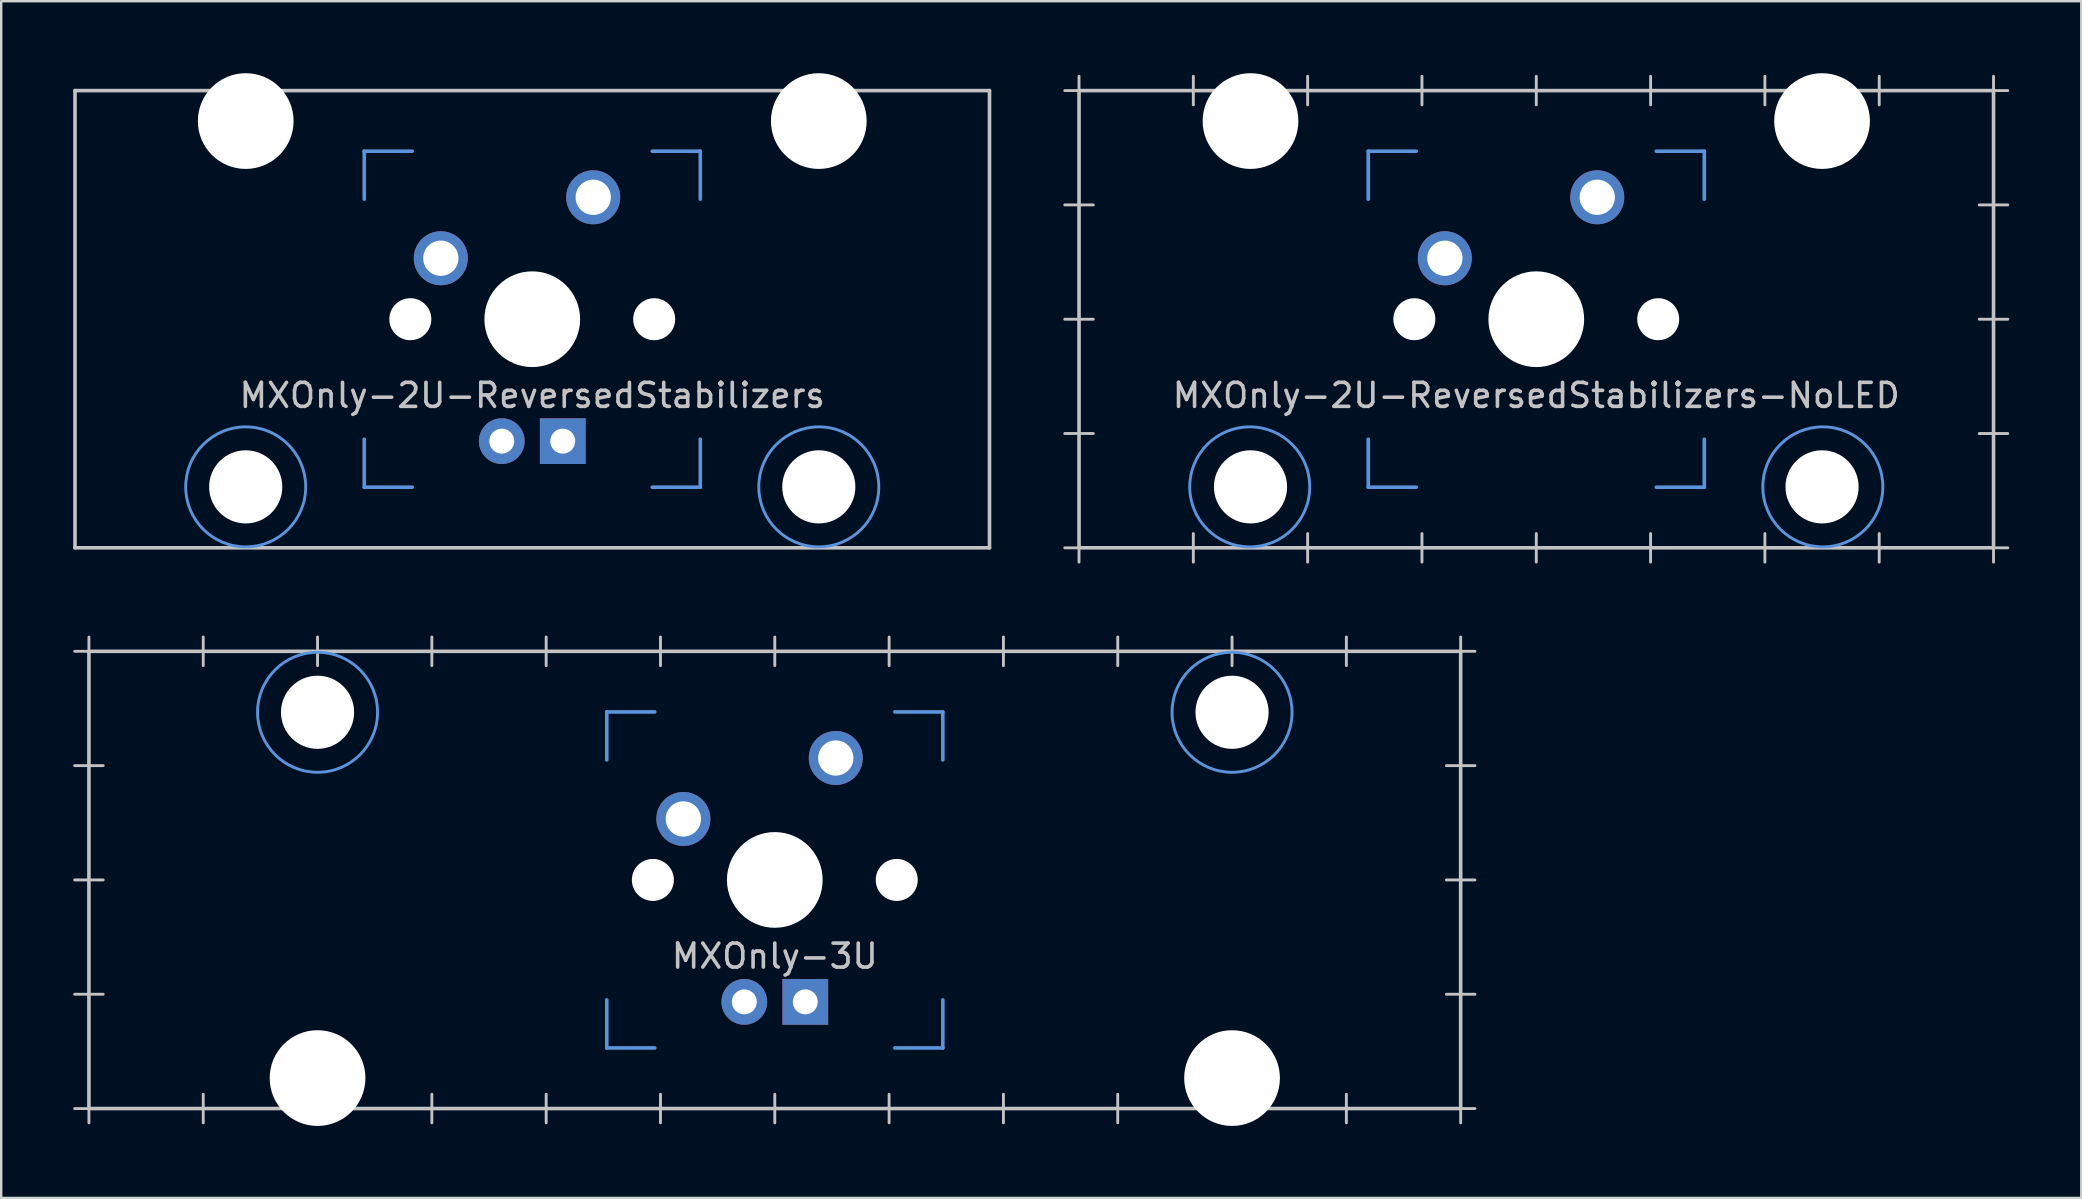
<source format=kicad_pcb>
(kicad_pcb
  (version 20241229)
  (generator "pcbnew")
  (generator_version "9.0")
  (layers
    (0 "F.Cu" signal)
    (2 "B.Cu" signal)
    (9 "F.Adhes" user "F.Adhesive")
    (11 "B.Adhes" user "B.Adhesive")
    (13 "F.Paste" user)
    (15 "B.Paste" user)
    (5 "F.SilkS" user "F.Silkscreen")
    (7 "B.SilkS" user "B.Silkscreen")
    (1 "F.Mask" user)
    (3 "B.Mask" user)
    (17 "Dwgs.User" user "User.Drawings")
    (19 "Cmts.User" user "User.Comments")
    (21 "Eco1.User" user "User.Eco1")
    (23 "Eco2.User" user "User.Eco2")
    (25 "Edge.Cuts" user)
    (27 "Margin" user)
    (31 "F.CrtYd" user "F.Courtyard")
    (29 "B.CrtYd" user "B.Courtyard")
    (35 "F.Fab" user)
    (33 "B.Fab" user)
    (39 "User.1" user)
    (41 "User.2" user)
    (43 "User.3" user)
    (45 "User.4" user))
  (footprint "MXOnly-2U-ReversedStabilizers"
    (layer "F.Cu")
    (at 19.125 10.249)
    (property "Reference" "MXOnly-2U-ReversedStabilizers" (at 0 3.175 0) (layer "Dwgs.User") (effects (font (size 1 1) (thickness 0.15))))
    (attr through_hole)
    (fp_line (start -19.05 -9.525) (end 19.05 -9.525) (stroke (width 0.15) (type solid)) (layer "Dwgs.User"))
    (fp_line (start -19.05 9.525) (end -19.05 -9.525) (stroke (width 0.15) (type solid)) (layer "Dwgs.User"))
    (fp_line (start -19.05 9.525) (end 19.05 9.525) (stroke (width 0.15) (type solid)) (layer "Dwgs.User"))
    (fp_line (start 19.05 -9.525) (end 19.05 9.525) (stroke (width 0.15) (type solid)) (layer "Dwgs.User"))
    (fp_line (start -7 -7) (end -7 -5) (stroke (width 0.15) (type solid)) (layer "Cmts.User"))
    (fp_line (start -7 7) (end -7 5) (stroke (width 0.15) (type solid)) (layer "Cmts.User"))
    (fp_line (start -5 -7) (end -7 -7) (stroke (width 0.15) (type solid)) (layer "Cmts.User"))
    (fp_line (start -5 7) (end -7 7) (stroke (width 0.15) (type solid)) (layer "Cmts.User"))
    (fp_line (start 5 -7) (end 7 -7) (stroke (width 0.15) (type solid)) (layer "Cmts.User"))
    (fp_line (start 7 -7) (end 7 -5) (stroke (width 0.15) (type solid)) (layer "Cmts.User"))
    (fp_line (start 7 5) (end 7 7) (stroke (width 0.15) (type solid)) (layer "Cmts.User"))
    (fp_line (start 7 7) (end 5 7) (stroke (width 0.15) (type solid)) (layer "Cmts.User"))
    (fp_circle (center -11.938 6.985) (end -14.438 6.985) (stroke (width 0.12) (type solid)) (fill no) (layer "Cmts.User"))
    (fp_circle (center 11.938 6.985) (end 9.438 6.985) (stroke (width 0.12) (type solid)) (fill no) (layer "Cmts.User"))
    (pad "" np_thru_hole circle (at -11.938 -8.255) (size 3.988 3.988) (drill 3.988) (layers "*.Cu" "*.Mask"))
    (pad "" np_thru_hole circle (at -11.938 6.985) (size 3.048 3.048) (drill 3.048) (layers "*.Cu" "*.Mask"))
    (pad "" np_thru_hole circle (at -5.08 0 48.1) (size 1.75 1.75) (drill 1.75) (layers "*.Cu" "*.Mask"))
    (pad "" np_thru_hole circle (at 0 0) (size 3.988 3.988) (drill 3.988) (layers "*.Cu" "*.Mask"))
    (pad "" np_thru_hole circle (at 5.08 0 48.1) (size 1.75 1.75) (drill 1.75) (layers "*.Cu" "*.Mask"))
    (pad "" np_thru_hole circle (at 11.938 -8.255) (size 3.988 3.988) (drill 3.988) (layers "*.Cu" "*.Mask"))
    (pad "" np_thru_hole circle (at 11.938 6.985) (size 3.048 3.048) (drill 3.048) (layers "*.Cu" "*.Mask"))
    (pad "1" thru_hole circle (at -3.81 -2.54) (size 2.25 2.25) (drill 1.47) (layers "*.Cu" "B.Mask"))
    (pad "2" thru_hole circle (at 2.54 -5.08) (size 2.25 2.25) (drill 1.47) (layers "*.Cu" "B.Mask"))
    (pad "3" thru_hole circle (at -1.27 5.08) (size 1.905 1.905) (drill 1.04) (layers "*.Cu" "B.Mask"))
    (pad "4" thru_hole rect (at 1.27 5.08) (size 1.905 1.905) (drill 1.04) (layers "*.Cu" "B.Mask")))
  (footprint "MXOnly-3U"
    (layer "F.Cu")
    (at 29.23 33.61)
    (property "Reference" "MXOnly-3U" (at 0 3.175 0) (layer "Dwgs.User") (effects (font (size 1 1) (thickness 0.15))))
    (attr through_hole)
    (fp_line (start -29.17 -9.525) (end -28.575 -9.525) (stroke (width 0.12) (type solid)) (layer "Dwgs.User"))
    (fp_line (start -29.17 -0.000008) (end -27.98 -0.000008) (stroke (width 0.12) (type solid)) (layer "Dwgs.User"))
    (fp_line (start -29.17 4.762) (end -27.98 4.762) (stroke (width 0.12) (type solid)) (layer "Dwgs.User"))
    (fp_line (start -29.17 9.525) (end -28.575 9.525) (stroke (width 0.12) (type solid)) (layer "Dwgs.User"))
    (fp_line (start -28.575 10.12) (end -28.575 9.525) (stroke (width 0.12) (type solid)) (layer "Dwgs.User"))
    (fp_line (start -28.575 -10.12) (end -28.575 -9.525) (stroke (width 0.12) (type solid)) (layer "Dwgs.User"))
    (fp_line (start -28.575 -9.525) (end 28.575 -9.525) (stroke (width 0.15) (type solid)) (layer "Dwgs.User"))
    (fp_line (start -28.575 9.525) (end -28.575 -9.525) (stroke (width 0.15) (type solid)) (layer "Dwgs.User"))
    (fp_line (start -28.575 9.525) (end 28.575 9.525) (stroke (width 0.15) (type solid)) (layer "Dwgs.User"))
    (fp_line (start -27.98 -4.763) (end -29.17 -4.763) (stroke (width 0.12) (type solid)) (layer "Dwgs.User"))
    (fp_line (start -23.813 8.93) (end -23.813 10.12) (stroke (width 0.12) (type solid)) (layer "Dwgs.User"))
    (fp_line (start -23.813 -10.12) (end -23.813 -8.93) (stroke (width 0.12) (type solid)) (layer "Dwgs.User"))
    (fp_line (start -19.05 8.93) (end -19.05 10.12) (stroke (width 0.12) (type solid)) (layer "Dwgs.User"))
    (fp_line (start -19.05 -10.12) (end -19.05 -8.93) (stroke (width 0.12) (type solid)) (layer "Dwgs.User"))
    (fp_line (start -14.288 10.12) (end -14.288 8.93) (stroke (width 0.12) (type solid)) (layer "Dwgs.User"))
    (fp_line (start -14.288 -8.93) (end -14.288 -10.12) (stroke (width 0.12) (type solid)) (layer "Dwgs.User"))
    (fp_line (start -9.525 8.93) (end -9.525 10.12) (stroke (width 0.12) (type solid)) (layer "Dwgs.User"))
    (fp_line (start -9.525 -10.12) (end -9.525 -8.93) (stroke (width 0.12) (type solid)) (layer "Dwgs.User"))
    (fp_line (start -4.763 10.12) (end -4.763 8.93) (stroke (width 0.12) (type solid)) (layer "Dwgs.User"))
    (fp_line (start -4.763 -8.93) (end -4.763 -10.12) (stroke (width 0.12) (type solid)) (layer "Dwgs.User"))
    (fp_line (start -0.000018 8.93) (end -0.000018 10.12) (stroke (width 0.12) (type solid)) (layer "Dwgs.User"))
    (fp_line (start 0 -10.12) (end 0 -8.93) (stroke (width 0.12) (type solid)) (layer "Dwgs.User"))
    (fp_line (start 4.762 10.12) (end 4.762 8.93) (stroke (width 0.12) (type solid)) (layer "Dwgs.User"))
    (fp_line (start 4.763 -8.93) (end 4.763 -10.12) (stroke (width 0.12) (type solid)) (layer "Dwgs.User"))
    (fp_line (start 9.525 8.93) (end 9.525 10.12) (stroke (width 0.12) (type solid)) (layer "Dwgs.User"))
    (fp_line (start 9.525 -10.12) (end 9.525 -8.93) (stroke (width 0.12) (type solid)) (layer "Dwgs.User"))
    (fp_line (start 14.287 10.12) (end 14.287 8.93) (stroke (width 0.12) (type solid)) (layer "Dwgs.User"))
    (fp_line (start 14.288 -8.93) (end 14.288 -10.12) (stroke (width 0.12) (type solid)) (layer "Dwgs.User"))
    (fp_line (start 19.05 8.93) (end 19.05 10.12) (stroke (width 0.12) (type solid)) (layer "Dwgs.User"))
    (fp_line (start 19.05 -10.12) (end 19.05 -8.93) (stroke (width 0.12) (type solid)) (layer "Dwgs.User"))
    (fp_line (start 23.813 10.12) (end 23.813 8.93) (stroke (width 0.12) (type solid)) (layer "Dwgs.User"))
    (fp_line (start 23.813 -8.93) (end 23.813 -10.12) (stroke (width 0.12) (type solid)) (layer "Dwgs.User"))
    (fp_line (start 27.98 4.763) (end 29.17 4.763) (stroke (width 0.12) (type solid)) (layer "Dwgs.User"))
    (fp_line (start 28.575 -9.525) (end 28.575 9.525) (stroke (width 0.15) (type solid)) (layer "Dwgs.User"))
    (fp_line (start 28.575 10.12) (end 28.575 9.525) (stroke (width 0.12) (type solid)) (layer "Dwgs.User"))
    (fp_line (start 28.575 -10.12) (end 28.575 -9.525) (stroke (width 0.12) (type solid)) (layer "Dwgs.User"))
    (fp_line (start 29.17 -9.525) (end 28.575 -9.525) (stroke (width 0.12) (type solid)) (layer "Dwgs.User"))
    (fp_line (start 29.17 -4.763) (end 27.98 -4.763) (stroke (width 0.12) (type solid)) (layer "Dwgs.User"))
    (fp_line (start 29.17 0) (end 27.98 0) (stroke (width 0.12) (type solid)) (layer "Dwgs.User"))
    (fp_line (start 29.17 9.525) (end 28.575 9.525) (stroke (width 0.12) (type solid)) (layer "Dwgs.User"))
    (fp_line (start -7 -7) (end -7 -5) (stroke (width 0.15) (type solid)) (layer "Cmts.User"))
    (fp_line (start -7 7) (end -7 5) (stroke (width 0.15) (type solid)) (layer "Cmts.User"))
    (fp_line (start -5 -7) (end -7 -7) (stroke (width 0.15) (type solid)) (layer "Cmts.User"))
    (fp_line (start -5 7) (end -7 7) (stroke (width 0.15) (type solid)) (layer "Cmts.User"))
    (fp_line (start 5 -7) (end 7 -7) (stroke (width 0.15) (type solid)) (layer "Cmts.User"))
    (fp_line (start 7 -7) (end 7 -5) (stroke (width 0.15) (type solid)) (layer "Cmts.User"))
    (fp_line (start 7 5) (end 7 7) (stroke (width 0.15) (type solid)) (layer "Cmts.User"))
    (fp_line (start 7 7) (end 5 7) (stroke (width 0.15) (type solid)) (layer "Cmts.User"))
    (fp_circle (center -19.05 -6.985) (end -16.55 -6.985) (stroke (width 0.12) (type solid)) (fill no) (layer "Cmts.User"))
    (fp_circle (center 19.05 -6.985) (end 21.55 -6.985) (stroke (width 0.12) (type solid)) (fill no) (layer "Cmts.User"))
    (pad "" np_thru_hole circle (at -19.05 -6.985) (size 3.048 3.048) (drill 3.048) (layers "*.Cu" "*.Mask"))
    (pad "" np_thru_hole circle (at -19.05 8.255) (size 3.988 3.988) (drill 3.988) (layers "*.Cu" "*.Mask"))
    (pad "" np_thru_hole circle (at -5.08 0 48.1) (size 1.75 1.75) (drill 1.75) (layers "*.Cu" "*.Mask"))
    (pad "" np_thru_hole circle (at 0 0) (size 3.988 3.988) (drill 3.988) (layers "*.Cu" "*.Mask"))
    (pad "" np_thru_hole circle (at 5.08 0 48.1) (size 1.75 1.75) (drill 1.75) (layers "*.Cu" "*.Mask"))
    (pad "" np_thru_hole circle (at 19.05 -6.985) (size 3.048 3.048) (drill 3.048) (layers "*.Cu" "*.Mask"))
    (pad "" np_thru_hole circle (at 19.05 8.255) (size 3.988 3.988) (drill 3.988) (layers "*.Cu" "*.Mask"))
    (pad "1" thru_hole circle (at -3.81 -2.54 48.1) (size 2.25 2.25) (drill 1.47) (layers "*.Cu" "B.Mask"))
    (pad "2" thru_hole circle (at 2.54 -5.08) (size 2.25 2.25) (drill 1.47) (layers "*.Cu" "B.Mask"))
    (pad "3" thru_hole circle (at -1.27 5.08) (size 1.905 1.905) (drill 1.04) (layers "*.Cu" "B.Mask"))
    (pad "4" thru_hole rect (at 1.27 5.08) (size 1.905 1.905) (drill 1.04) (layers "*.Cu" "B.Mask")))
  (footprint "MXOnly-2U-ReversedStabilizers-NoLED"
    (layer "F.Cu")
    (at 60.955 10.249)
    (property "Reference" "MXOnly-2U-ReversedStabilizers-NoLED" (at 0 3.175 0) (layer "Dwgs.User") (effects (font (size 1 1) (thickness 0.15))))
    (attr through_hole)
    (fp_line (start -19.645 -9.525) (end -19.05 -9.525) (stroke (width 0.12) (type solid)) (layer "Dwgs.User"))
    (fp_line (start -19.645 -0.000008) (end -18.455 -0.000008) (stroke (width 0.12) (type solid)) (layer "Dwgs.User"))
    (fp_line (start -19.645 4.762) (end -18.455 4.762) (stroke (width 0.12) (type solid)) (layer "Dwgs.User"))
    (fp_line (start -19.645 9.525) (end -19.05 9.525) (stroke (width 0.12) (type solid)) (layer "Dwgs.User"))
    (fp_line (start -19.05 10.12) (end -19.05 9.525) (stroke (width 0.12) (type solid)) (layer "Dwgs.User"))
    (fp_line (start -19.05 -10.12) (end -19.05 -9.525) (stroke (width 0.12) (type solid)) (layer "Dwgs.User"))
    (fp_line (start -19.05 -9.525) (end 19.05 -9.525) (stroke (width 0.15) (type solid)) (layer "Dwgs.User"))
    (fp_line (start -19.05 9.525) (end -19.05 -9.525) (stroke (width 0.15) (type solid)) (layer "Dwgs.User"))
    (fp_line (start -19.05 9.525) (end 19.05 9.525) (stroke (width 0.15) (type solid)) (layer "Dwgs.User"))
    (fp_line (start -18.455 -4.763) (end -19.645 -4.763) (stroke (width 0.12) (type solid)) (layer "Dwgs.User"))
    (fp_line (start -14.288 8.93) (end -14.288 10.12) (stroke (width 0.12) (type solid)) (layer "Dwgs.User"))
    (fp_line (start -14.288 -10.12) (end -14.288 -8.93) (stroke (width 0.12) (type solid)) (layer "Dwgs.User"))
    (fp_line (start -9.525 8.93) (end -9.525 10.12) (stroke (width 0.12) (type solid)) (layer "Dwgs.User"))
    (fp_line (start -9.525 -10.12) (end -9.525 -8.93) (stroke (width 0.12) (type solid)) (layer "Dwgs.User"))
    (fp_line (start -4.763 10.12) (end -4.763 8.93) (stroke (width 0.12) (type solid)) (layer "Dwgs.User"))
    (fp_line (start -4.763 -8.93) (end -4.763 -10.12) (stroke (width 0.12) (type solid)) (layer "Dwgs.User"))
    (fp_line (start -0.000018 8.93) (end -0.000018 10.12) (stroke (width 0.12) (type solid)) (layer "Dwgs.User"))
    (fp_line (start 0 -10.12) (end 0 -8.93) (stroke (width 0.12) (type solid)) (layer "Dwgs.User"))
    (fp_line (start 4.762 10.12) (end 4.762 8.93) (stroke (width 0.12) (type solid)) (layer "Dwgs.User"))
    (fp_line (start 4.763 -8.93) (end 4.763 -10.12) (stroke (width 0.12) (type solid)) (layer "Dwgs.User"))
    (fp_line (start 9.525 8.93) (end 9.525 10.12) (stroke (width 0.12) (type solid)) (layer "Dwgs.User"))
    (fp_line (start 9.525 -10.12) (end 9.525 -8.93) (stroke (width 0.12) (type solid)) (layer "Dwgs.User"))
    (fp_line (start 14.287 10.12) (end 14.287 8.93) (stroke (width 0.12) (type solid)) (layer "Dwgs.User"))
    (fp_line (start 14.288 -8.93) (end 14.288 -10.12) (stroke (width 0.12) (type solid)) (layer "Dwgs.User"))
    (fp_line (start 18.455 4.763) (end 19.645 4.763) (stroke (width 0.12) (type solid)) (layer "Dwgs.User"))
    (fp_line (start 19.05 10.12) (end 19.05 9.525) (stroke (width 0.12) (type solid)) (layer "Dwgs.User"))
    (fp_line (start 19.05 -9.525) (end 19.05 9.525) (stroke (width 0.15) (type solid)) (layer "Dwgs.User"))
    (fp_line (start 19.05 -10.12) (end 19.05 -9.525) (stroke (width 0.12) (type solid)) (layer "Dwgs.User"))
    (fp_line (start 19.645 -9.525) (end 19.05 -9.525) (stroke (width 0.12) (type solid)) (layer "Dwgs.User"))
    (fp_line (start 19.645 -4.763) (end 18.455 -4.763) (stroke (width 0.12) (type solid)) (layer "Dwgs.User"))
    (fp_line (start 19.645 0) (end 18.455 0) (stroke (width 0.12) (type solid)) (layer "Dwgs.User"))
    (fp_line (start 19.645 9.525) (end 19.05 9.525) (stroke (width 0.12) (type solid)) (layer "Dwgs.User"))
    (fp_line (start -7 -7) (end -7 -5) (stroke (width 0.15) (type solid)) (layer "Cmts.User"))
    (fp_line (start -7 7) (end -7 5) (stroke (width 0.15) (type solid)) (layer "Cmts.User"))
    (fp_line (start -5 -7) (end -7 -7) (stroke (width 0.15) (type solid)) (layer "Cmts.User"))
    (fp_line (start -5 7) (end -7 7) (stroke (width 0.15) (type solid)) (layer "Cmts.User"))
    (fp_line (start 5 -7) (end 7 -7) (stroke (width 0.15) (type solid)) (layer "Cmts.User"))
    (fp_line (start 7 -7) (end 7 -5) (stroke (width 0.15) (type solid)) (layer "Cmts.User"))
    (fp_line (start 7 5) (end 7 7) (stroke (width 0.15) (type solid)) (layer "Cmts.User"))
    (fp_line (start 7 7) (end 5 7) (stroke (width 0.15) (type solid)) (layer "Cmts.User"))
    (fp_circle (center -11.938 6.985) (end -14.438 6.985) (stroke (width 0.12) (type solid)) (fill no) (layer "Cmts.User"))
    (fp_circle (center 11.938 6.985) (end 9.438 6.985) (stroke (width 0.12) (type solid)) (fill no) (layer "Cmts.User"))
    (pad "" np_thru_hole circle (at -11.906 -8.255) (size 3.988 3.988) (drill 3.988) (layers "*.Cu" "*.Mask"))
    (pad "" np_thru_hole circle (at -11.906 6.985) (size 3.048 3.048) (drill 3.048) (layers "*.Cu" "*.Mask"))
    (pad "" np_thru_hole circle (at -5.08 0 48.1) (size 1.75 1.75) (drill 1.75) (layers "*.Cu" "*.Mask"))
    (pad "" np_thru_hole circle (at 0 0) (size 3.988 3.988) (drill 3.988) (layers "*.Cu" "*.Mask"))
    (pad "" np_thru_hole circle (at 5.08 0 48.1) (size 1.75 1.75) (drill 1.75) (layers "*.Cu" "*.Mask"))
    (pad "" np_thru_hole circle (at 11.906 -8.255) (size 3.988 3.988) (drill 3.988) (layers "*.Cu" "*.Mask"))
    (pad "" np_thru_hole circle (at 11.906 6.985) (size 3.048 3.048) (drill 3.048) (layers "*.Cu" "*.Mask"))
    (pad "1" thru_hole circle (at -3.81 -2.54) (size 2.25 2.25) (drill 1.47) (layers "*.Cu" "B.Mask"))
    (pad "2" thru_hole circle (at 2.54 -5.08) (size 2.25 2.25) (drill 1.47) (layers "*.Cu" "B.Mask")))
  (gr_rect
    (start -3 -3)
    (end 83.661 46.858)
    (stroke (width 0.1) (type default))
    (fill no)
    (layer "Edge.Cuts")))
</source>
